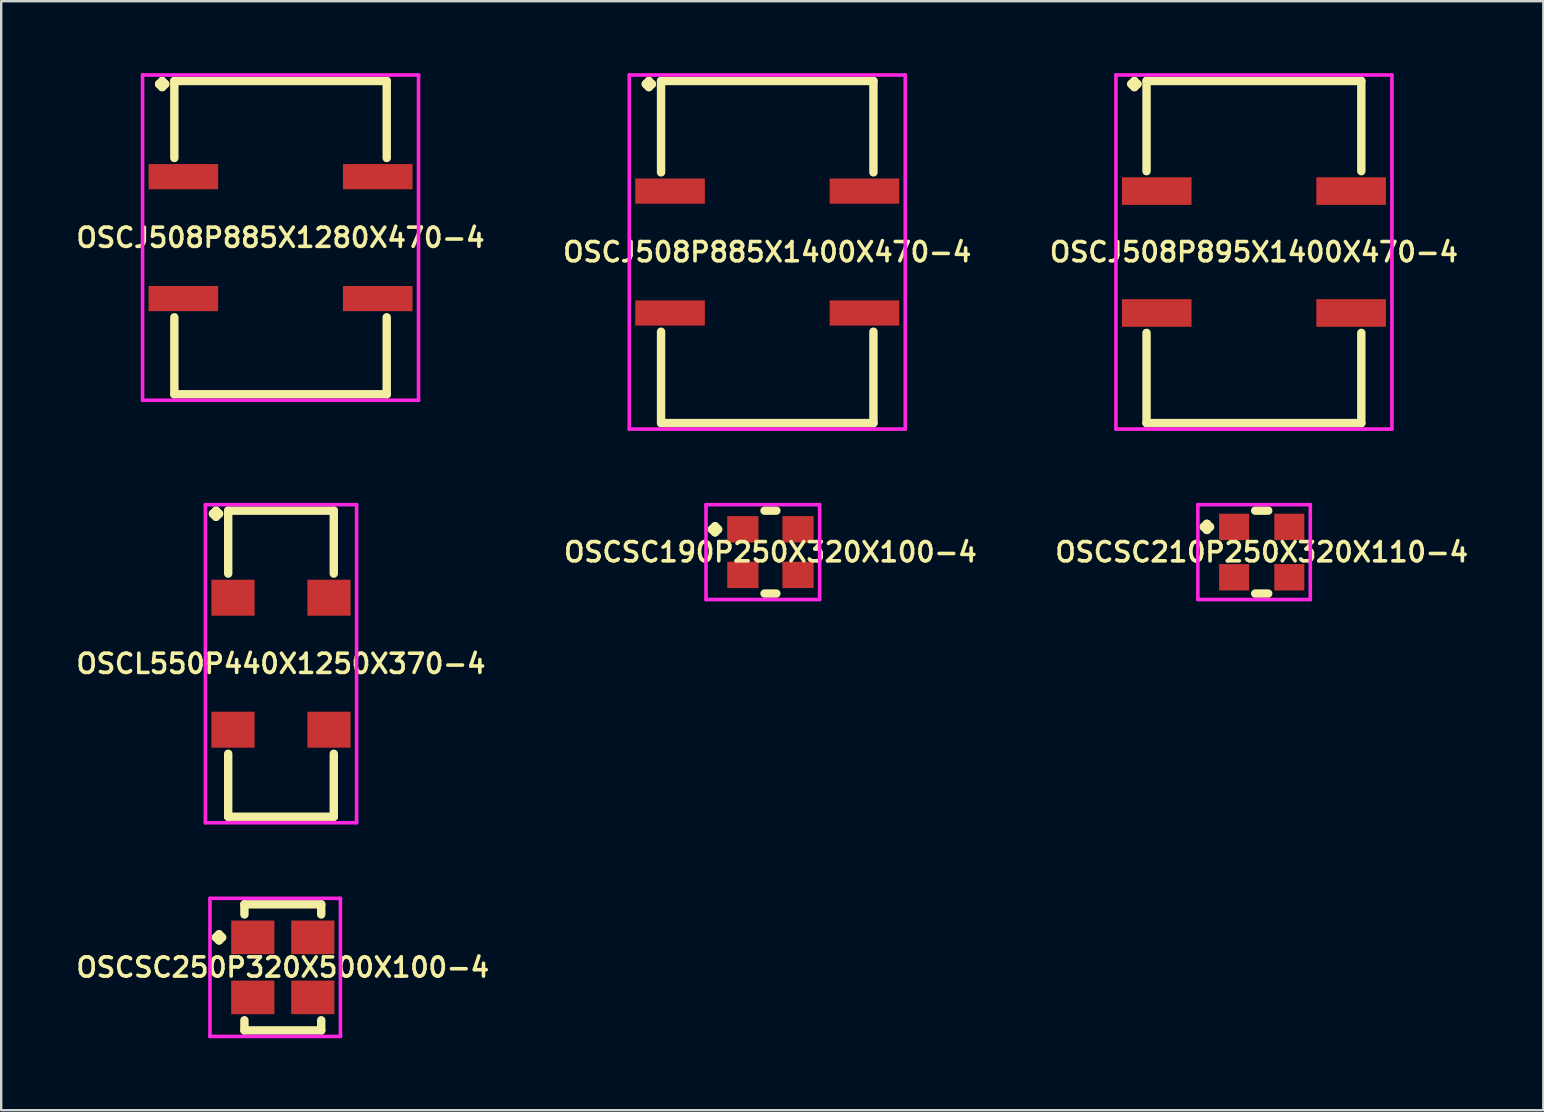
<source format=kicad_pcb>
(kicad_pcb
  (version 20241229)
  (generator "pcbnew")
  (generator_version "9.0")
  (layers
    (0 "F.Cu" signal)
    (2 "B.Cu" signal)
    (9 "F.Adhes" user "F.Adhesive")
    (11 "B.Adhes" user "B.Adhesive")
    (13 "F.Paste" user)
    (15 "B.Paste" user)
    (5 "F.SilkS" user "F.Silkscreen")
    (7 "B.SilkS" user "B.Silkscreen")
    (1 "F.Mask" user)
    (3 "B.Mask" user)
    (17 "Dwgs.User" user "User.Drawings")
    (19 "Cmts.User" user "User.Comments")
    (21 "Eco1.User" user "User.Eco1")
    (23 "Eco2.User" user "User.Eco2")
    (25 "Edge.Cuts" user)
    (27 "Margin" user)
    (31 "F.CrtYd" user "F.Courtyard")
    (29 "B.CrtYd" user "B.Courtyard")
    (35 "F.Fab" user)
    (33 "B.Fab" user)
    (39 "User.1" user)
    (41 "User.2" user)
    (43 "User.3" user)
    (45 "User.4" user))
  (footprint "OSCJ508P895X1400X470-4"
    (layer "F.Cu")
    (at 49.201 7.452)
    (property "Reference" "OSCJ508P895X1400X470-4" (at 0 0 0) (layer "F.SilkS") (effects (font (size 0.8 0.8) (thickness 0.15))))
    (attr smd)
    (fp_line (start -5.11 -7) (end -4.983 -7.127) (stroke (width 0.35) (type solid)) (layer "F.SilkS"))
    (fp_line (start -4.983 -7.127) (end -4.856 -7) (stroke (width 0.35) (type solid)) (layer "F.SilkS"))
    (fp_line (start -4.983 -6.873) (end -5.11 -7) (stroke (width 0.35) (type solid)) (layer "F.SilkS"))
    (fp_line (start -4.856 -7) (end -4.983 -6.873) (stroke (width 0.35) (type solid)) (layer "F.SilkS"))
    (fp_line (start -4.475 -7.127) (end 4.475 -7.127) (stroke (width 0.35) (type solid)) (layer "F.SilkS"))
    (fp_line (start -4.475 -3.369) (end -4.475 -7.127) (stroke (width 0.35) (type solid)) (layer "F.SilkS"))
    (fp_line (start -4.475 3.369) (end -4.475 7.127) (stroke (width 0.35) (type solid)) (layer "F.SilkS"))
    (fp_line (start -4.475 7.127) (end 4.475 7.127) (stroke (width 0.35) (type solid)) (layer "F.SilkS"))
    (fp_line (start 4.475 -7.127) (end 4.475 -3.369) (stroke (width 0.35) (type solid)) (layer "F.SilkS"))
    (fp_line (start 4.475 7.127) (end 4.475 3.369) (stroke (width 0.35) (type solid)) (layer "F.SilkS"))
    (fp_line (start -5.75 -7.377) (end 5.75 -7.377) (stroke (width 0.15) (type solid)) (layer "F.CrtYd"))
    (fp_line (start -5.75 7.377) (end -5.75 -7.377) (stroke (width 0.15) (type solid)) (layer "F.CrtYd"))
    (fp_line (start 5.75 -7.377) (end 5.75 7.377) (stroke (width 0.15) (type solid)) (layer "F.CrtYd"))
    (fp_line (start 5.75 7.377) (end -5.75 7.377) (stroke (width 0.15) (type solid)) (layer "F.CrtYd"))
    (pad "1" smd rect (at -4.05 -2.54) (size 2.9 1.15) (layers "F.Cu" "F.Mask" "F.Paste"))
    (pad "2" smd rect (at -4.05 2.54) (size 2.9 1.15) (layers "F.Cu" "F.Mask" "F.Paste"))
    (pad "3" smd rect (at 4.05 2.54) (size 2.9 1.15) (layers "F.Cu" "F.Mask" "F.Paste"))
    (pad "4" smd rect (at 4.05 -2.54) (size 2.9 1.15) (layers "F.Cu" "F.Mask" "F.Paste")))
  (footprint "OSCSC210P250X320X110-4"
    (layer "F.Cu")
    (at 49.525 19.956)
    (property "Reference" "OSCSC210P250X320X110-4" (at 0 0 0) (layer "F.SilkS") (effects (font (size 0.8 0.8) (thickness 0.15))))
    (attr smd)
    (fp_line (start -2.41 -1.05) (end -2.283 -1.177) (stroke (width 0.35) (type solid)) (layer "F.SilkS"))
    (fp_line (start -2.283 -1.177) (end -2.156 -1.05) (stroke (width 0.35) (type solid)) (layer "F.SilkS"))
    (fp_line (start -2.283 -0.923) (end -2.41 -1.05) (stroke (width 0.35) (type solid)) (layer "F.SilkS"))
    (fp_line (start -2.156 -1.05) (end -2.283 -0.923) (stroke (width 0.35) (type solid)) (layer "F.SilkS"))
    (fp_line (start -0.271 -1.727) (end 0.271 -1.727) (stroke (width 0.35) (type solid)) (layer "F.SilkS"))
    (fp_line (start -0.271 1.727) (end 0.271 1.727) (stroke (width 0.35) (type solid)) (layer "F.SilkS"))
    (fp_line (start -2.66 -1.977) (end 2.025 -1.977) (stroke (width 0.15) (type solid)) (layer "F.CrtYd"))
    (fp_line (start -2.66 1.977) (end -2.66 -1.977) (stroke (width 0.15) (type solid)) (layer "F.CrtYd"))
    (fp_line (start 2.025 -1.977) (end 2.025 1.977) (stroke (width 0.15) (type solid)) (layer "F.CrtYd"))
    (fp_line (start 2.025 1.977) (end -2.66 1.977) (stroke (width 0.15) (type solid)) (layer "F.CrtYd"))
    (pad "1" smd rect (at -1.15 -1.05) (size 1.25 1.1) (layers "F.Cu" "F.Mask" "F.Paste"))
    (pad "2" smd rect (at -1.15 1.05) (size 1.25 1.1) (layers "F.Cu" "F.Mask" "F.Paste"))
    (pad "3" smd rect (at 1.15 1.05) (size 1.25 1.1) (layers "F.Cu" "F.Mask" "F.Paste"))
    (pad "4" smd rect (at 1.15 -1.05) (size 1.25 1.1) (layers "F.Cu" "F.Mask" "F.Paste")))
  (footprint "OSCJ508P885X1280X470-4"
    (layer "F.Cu")
    (at 8.64 6.852)
    (property "Reference" "OSCJ508P885X1280X470-4" (at 0 0 0) (layer "F.SilkS") (effects (font (size 0.8 0.8) (thickness 0.15))))
    (attr smd)
    (fp_line (start -5.06 -6.4) (end -4.933 -6.527) (stroke (width 0.35) (type solid)) (layer "F.SilkS"))
    (fp_line (start -4.933 -6.527) (end -4.806 -6.4) (stroke (width 0.35) (type solid)) (layer "F.SilkS"))
    (fp_line (start -4.933 -6.273) (end -5.06 -6.4) (stroke (width 0.35) (type solid)) (layer "F.SilkS"))
    (fp_line (start -4.806 -6.4) (end -4.933 -6.273) (stroke (width 0.35) (type solid)) (layer "F.SilkS"))
    (fp_line (start -4.425 -6.527) (end 4.425 -6.527) (stroke (width 0.35) (type solid)) (layer "F.SilkS"))
    (fp_line (start -4.425 -3.319) (end -4.425 -6.527) (stroke (width 0.35) (type solid)) (layer "F.SilkS"))
    (fp_line (start -4.425 3.319) (end -4.425 6.527) (stroke (width 0.35) (type solid)) (layer "F.SilkS"))
    (fp_line (start -4.425 6.527) (end 4.425 6.527) (stroke (width 0.35) (type solid)) (layer "F.SilkS"))
    (fp_line (start 4.425 -6.527) (end 4.425 -3.319) (stroke (width 0.35) (type solid)) (layer "F.SilkS"))
    (fp_line (start 4.425 6.527) (end 4.425 3.319) (stroke (width 0.35) (type solid)) (layer "F.SilkS"))
    (fp_line (start -5.75 -6.777) (end 5.75 -6.777) (stroke (width 0.15) (type solid)) (layer "F.CrtYd"))
    (fp_line (start -5.75 6.777) (end -5.75 -6.777) (stroke (width 0.15) (type solid)) (layer "F.CrtYd"))
    (fp_line (start 5.75 -6.777) (end 5.75 6.777) (stroke (width 0.15) (type solid)) (layer "F.CrtYd"))
    (fp_line (start 5.75 6.777) (end -5.75 6.777) (stroke (width 0.15) (type solid)) (layer "F.CrtYd"))
    (pad "1" smd rect (at -4.05 -2.54) (size 2.9 1.05) (layers "F.Cu" "F.Mask" "F.Paste"))
    (pad "2" smd rect (at -4.05 2.54) (size 2.9 1.05) (layers "F.Cu" "F.Mask" "F.Paste"))
    (pad "3" smd rect (at 4.05 2.54) (size 2.9 1.05) (layers "F.Cu" "F.Mask" "F.Paste"))
    (pad "4" smd rect (at 4.05 -2.54) (size 2.9 1.05) (layers "F.Cu" "F.Mask" "F.Paste")))
  (footprint "OSCL550P440X1250X370-4"
    (layer "F.Cu")
    (at 8.659 24.606)
    (property "Reference" "OSCL550P440X1250X370-4" (at 0 0 0) (layer "F.SilkS") (effects (font (size 0.8 0.8) (thickness 0.15))))
    (attr smd)
    (fp_line (start -2.835 -6.25) (end -2.708 -6.377) (stroke (width 0.35) (type solid)) (layer "F.SilkS"))
    (fp_line (start -2.708 -6.377) (end -2.581 -6.25) (stroke (width 0.35) (type solid)) (layer "F.SilkS"))
    (fp_line (start -2.708 -6.123) (end -2.835 -6.25) (stroke (width 0.35) (type solid)) (layer "F.SilkS"))
    (fp_line (start -2.581 -6.25) (end -2.708 -6.123) (stroke (width 0.35) (type solid)) (layer "F.SilkS"))
    (fp_line (start -2.2 -6.377) (end 2.2 -6.377) (stroke (width 0.35) (type solid)) (layer "F.SilkS"))
    (fp_line (start -2.2 -3.754) (end -2.2 -6.377) (stroke (width 0.35) (type solid)) (layer "F.SilkS"))
    (fp_line (start -2.2 3.754) (end -2.2 6.377) (stroke (width 0.35) (type solid)) (layer "F.SilkS"))
    (fp_line (start -2.2 6.377) (end 2.2 6.377) (stroke (width 0.35) (type solid)) (layer "F.SilkS"))
    (fp_line (start 2.2 -6.377) (end 2.2 -3.754) (stroke (width 0.35) (type solid)) (layer "F.SilkS"))
    (fp_line (start 2.2 6.377) (end 2.2 3.754) (stroke (width 0.35) (type solid)) (layer "F.SilkS"))
    (fp_line (start -3.15 -6.627) (end 3.15 -6.627) (stroke (width 0.15) (type solid)) (layer "F.CrtYd"))
    (fp_line (start -3.15 6.627) (end -3.15 -6.627) (stroke (width 0.15) (type solid)) (layer "F.CrtYd"))
    (fp_line (start 3.15 -6.627) (end 3.15 6.627) (stroke (width 0.15) (type solid)) (layer "F.CrtYd"))
    (fp_line (start 3.15 6.627) (end -3.15 6.627) (stroke (width 0.15) (type solid)) (layer "F.CrtYd"))
    (pad "1" smd rect (at -2 -2.75) (size 1.8 1.5) (layers "F.Cu" "F.Mask" "F.Paste"))
    (pad "2" smd rect (at -2 2.75) (size 1.8 1.5) (layers "F.Cu" "F.Mask" "F.Paste"))
    (pad "3" smd rect (at 2 2.75) (size 1.8 1.5) (layers "F.Cu" "F.Mask" "F.Paste"))
    (pad "4" smd rect (at 2 -2.75) (size 1.8 1.5) (layers "F.Cu" "F.Mask" "F.Paste")))
  (footprint "OSCSC250P320X500X100-4"
    (layer "F.Cu")
    (at 8.735 37.26)
    (property "Reference" "OSCSC250P320X500X100-4" (at 0 0 0) (layer "F.SilkS") (effects (font (size 0.8 0.8) (thickness 0.15))))
    (attr smd)
    (fp_line (start -2.785 -1.25) (end -2.658 -1.377) (stroke (width 0.35) (type solid)) (layer "F.SilkS"))
    (fp_line (start -2.658 -1.377) (end -2.531 -1.25) (stroke (width 0.35) (type solid)) (layer "F.SilkS"))
    (fp_line (start -2.658 -1.123) (end -2.785 -1.25) (stroke (width 0.35) (type solid)) (layer "F.SilkS"))
    (fp_line (start -2.531 -1.25) (end -2.658 -1.123) (stroke (width 0.35) (type solid)) (layer "F.SilkS"))
    (fp_line (start -1.6 -2.627) (end 1.6 -2.627) (stroke (width 0.35) (type solid)) (layer "F.SilkS"))
    (fp_line (start -1.6 -2.204) (end -1.6 -2.627) (stroke (width 0.35) (type solid)) (layer "F.SilkS"))
    (fp_line (start -1.6 2.204) (end -1.6 2.627) (stroke (width 0.35) (type solid)) (layer "F.SilkS"))
    (fp_line (start -1.6 2.627) (end 1.6 2.627) (stroke (width 0.35) (type solid)) (layer "F.SilkS"))
    (fp_line (start 1.6 -2.627) (end 1.6 -2.204) (stroke (width 0.35) (type solid)) (layer "F.SilkS"))
    (fp_line (start 1.6 2.627) (end 1.6 2.204) (stroke (width 0.35) (type solid)) (layer "F.SilkS"))
    (fp_line (start -3.035 -2.877) (end 2.4 -2.877) (stroke (width 0.15) (type solid)) (layer "F.CrtYd"))
    (fp_line (start -3.035 2.877) (end -3.035 -2.877) (stroke (width 0.15) (type solid)) (layer "F.CrtYd"))
    (fp_line (start 2.4 -2.877) (end 2.4 2.877) (stroke (width 0.15) (type solid)) (layer "F.CrtYd"))
    (fp_line (start 2.4 2.877) (end -3.035 2.877) (stroke (width 0.15) (type solid)) (layer "F.CrtYd"))
    (pad "1" smd rect (at -1.25 -1.25) (size 1.8 1.4) (layers "F.Cu" "F.Mask" "F.Paste"))
    (pad "2" smd rect (at -1.25 1.25) (size 1.8 1.4) (layers "F.Cu" "F.Mask" "F.Paste"))
    (pad "3" smd rect (at 1.25 1.25) (size 1.8 1.4) (layers "F.Cu" "F.Mask" "F.Paste"))
    (pad "4" smd rect (at 1.25 -1.25) (size 1.8 1.4) (layers "F.Cu" "F.Mask" "F.Paste")))
  (footprint "OSCJ508P885X1400X470-4"
    (layer "F.Cu")
    (at 28.921 7.452)
    (property "Reference" "OSCJ508P885X1400X470-4" (at 0 0 0) (layer "F.SilkS") (effects (font (size 0.8 0.8) (thickness 0.15))))
    (attr smd)
    (fp_line (start -5.06 -7) (end -4.933 -7.127) (stroke (width 0.35) (type solid)) (layer "F.SilkS"))
    (fp_line (start -4.933 -7.127) (end -4.806 -7) (stroke (width 0.35) (type solid)) (layer "F.SilkS"))
    (fp_line (start -4.933 -6.873) (end -5.06 -7) (stroke (width 0.35) (type solid)) (layer "F.SilkS"))
    (fp_line (start -4.806 -7) (end -4.933 -6.873) (stroke (width 0.35) (type solid)) (layer "F.SilkS"))
    (fp_line (start -4.425 -7.127) (end 4.425 -7.127) (stroke (width 0.35) (type solid)) (layer "F.SilkS"))
    (fp_line (start -4.425 -3.319) (end -4.425 -7.127) (stroke (width 0.35) (type solid)) (layer "F.SilkS"))
    (fp_line (start -4.425 3.319) (end -4.425 7.127) (stroke (width 0.35) (type solid)) (layer "F.SilkS"))
    (fp_line (start -4.425 7.127) (end 4.425 7.127) (stroke (width 0.35) (type solid)) (layer "F.SilkS"))
    (fp_line (start 4.425 -7.127) (end 4.425 -3.319) (stroke (width 0.35) (type solid)) (layer "F.SilkS"))
    (fp_line (start 4.425 7.127) (end 4.425 3.319) (stroke (width 0.35) (type solid)) (layer "F.SilkS"))
    (fp_line (start -5.75 -7.377) (end 5.75 -7.377) (stroke (width 0.15) (type solid)) (layer "F.CrtYd"))
    (fp_line (start -5.75 7.377) (end -5.75 -7.377) (stroke (width 0.15) (type solid)) (layer "F.CrtYd"))
    (fp_line (start 5.75 -7.377) (end 5.75 7.377) (stroke (width 0.15) (type solid)) (layer "F.CrtYd"))
    (fp_line (start 5.75 7.377) (end -5.75 7.377) (stroke (width 0.15) (type solid)) (layer "F.CrtYd"))
    (pad "1" smd rect (at -4.05 -2.54) (size 2.9 1.05) (layers "F.Cu" "F.Mask" "F.Paste"))
    (pad "2" smd rect (at -4.05 2.54) (size 2.9 1.05) (layers "F.Cu" "F.Mask" "F.Paste"))
    (pad "3" smd rect (at 4.05 2.54) (size 2.9 1.05) (layers "F.Cu" "F.Mask" "F.Paste"))
    (pad "4" smd rect (at 4.05 -2.54) (size 2.9 1.05) (layers "F.Cu" "F.Mask" "F.Paste")))
  (footprint "OSCSC190P250X320X100-4"
    (layer "F.Cu")
    (at 29.054 19.956)
    (property "Reference" "OSCSC190P250X320X100-4" (at 0 0 0) (layer "F.SilkS") (effects (font (size 0.8 0.8) (thickness 0.15))))
    (attr smd)
    (fp_line (start -2.435 -0.95) (end -2.308 -1.077) (stroke (width 0.35) (type solid)) (layer "F.SilkS"))
    (fp_line (start -2.308 -1.077) (end -2.181 -0.95) (stroke (width 0.35) (type solid)) (layer "F.SilkS"))
    (fp_line (start -2.308 -0.823) (end -2.435 -0.95) (stroke (width 0.35) (type solid)) (layer "F.SilkS"))
    (fp_line (start -2.181 -0.95) (end -2.308 -0.823) (stroke (width 0.35) (type solid)) (layer "F.SilkS"))
    (fp_line (start -0.246 -1.727) (end 0.246 -1.727) (stroke (width 0.35) (type solid)) (layer "F.SilkS"))
    (fp_line (start -0.246 1.727) (end 0.246 1.727) (stroke (width 0.35) (type solid)) (layer "F.SilkS"))
    (fp_line (start -2.685 -1.977) (end 2.05 -1.977) (stroke (width 0.15) (type solid)) (layer "F.CrtYd"))
    (fp_line (start -2.685 1.977) (end -2.685 -1.977) (stroke (width 0.15) (type solid)) (layer "F.CrtYd"))
    (fp_line (start 2.05 -1.977) (end 2.05 1.977) (stroke (width 0.15) (type solid)) (layer "F.CrtYd"))
    (fp_line (start 2.05 1.977) (end -2.685 1.977) (stroke (width 0.15) (type solid)) (layer "F.CrtYd"))
    (pad "1" smd rect (at -1.15 -0.95) (size 1.3 1.1) (layers "F.Cu" "F.Mask" "F.Paste"))
    (pad "2" smd rect (at -1.15 0.95) (size 1.3 1.1) (layers "F.Cu" "F.Mask" "F.Paste"))
    (pad "3" smd rect (at 1.15 0.95) (size 1.3 1.1) (layers "F.Cu" "F.Mask" "F.Paste"))
    (pad "4" smd rect (at 1.15 -0.95) (size 1.3 1.1) (layers "F.Cu" "F.Mask" "F.Paste")))
  (gr_rect
    (start -3 -3)
    (end 61.26 43.212)
    (stroke (width 0.1) (type default))
    (fill no)
    (layer "Edge.Cuts")))
</source>
